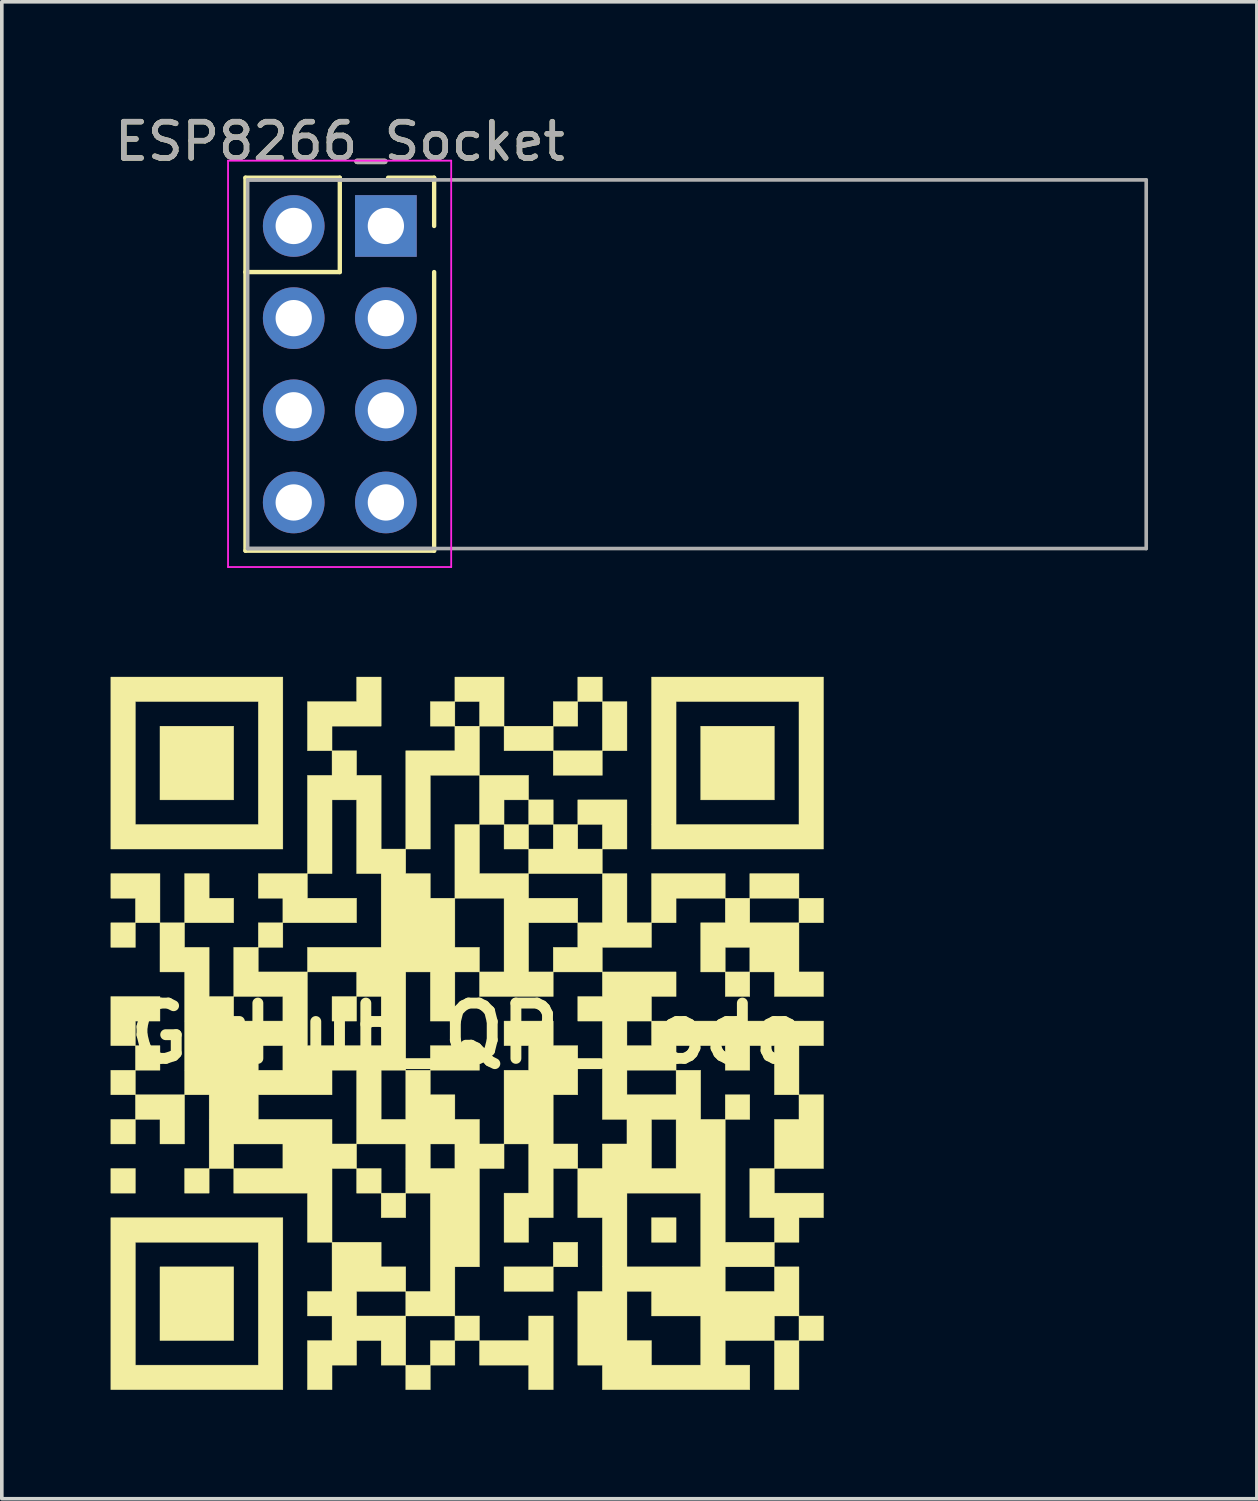
<source format=kicad_pcb>
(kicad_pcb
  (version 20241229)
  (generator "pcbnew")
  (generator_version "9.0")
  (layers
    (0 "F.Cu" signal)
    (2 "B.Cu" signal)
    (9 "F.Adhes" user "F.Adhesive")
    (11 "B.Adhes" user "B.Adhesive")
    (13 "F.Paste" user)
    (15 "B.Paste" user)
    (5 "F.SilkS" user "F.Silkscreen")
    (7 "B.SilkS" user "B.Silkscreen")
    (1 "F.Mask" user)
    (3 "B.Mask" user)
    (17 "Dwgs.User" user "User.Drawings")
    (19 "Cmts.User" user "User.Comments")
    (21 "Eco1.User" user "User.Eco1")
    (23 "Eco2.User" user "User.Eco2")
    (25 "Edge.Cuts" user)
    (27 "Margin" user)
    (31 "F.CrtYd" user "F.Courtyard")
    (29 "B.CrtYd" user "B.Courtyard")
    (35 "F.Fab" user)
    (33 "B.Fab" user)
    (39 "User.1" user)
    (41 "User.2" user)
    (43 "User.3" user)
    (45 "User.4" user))
  (footprint "ESP8266_Socket"
    (layer "F.Cu")
    (at 7.585 3.178)
    (property "Reference" "ESP8266_Socket" (at -1.27 -2.33 0) (layer "F.SilkS") (effects (font (size 1 1) (thickness 0.15))))
    (attr through_hole)
    (fp_line (start -3.873 1.27) (end -1.274 1.27) (stroke (width 0.12) (type solid)) (layer "F.SilkS"))
    (fp_line (start -3.87 -1.33) (end -1.27 -1.33) (stroke (width 0.12) (type solid)) (layer "F.SilkS"))
    (fp_line (start -3.87 8.95) (end -3.87 -1.33) (stroke (width 0.12) (type solid)) (layer "F.SilkS"))
    (fp_line (start -1.27 -1.33) (end -1.27 1.27) (stroke (width 0.12) (type solid)) (layer "F.SilkS"))
    (fp_line (start 1.33 -1.33) (end 0.06 -1.33) (stroke (width 0.12) (type solid)) (layer "F.SilkS"))
    (fp_line (start 1.33 0) (end 1.33 -1.33) (stroke (width 0.12) (type solid)) (layer "F.SilkS"))
    (fp_line (start 1.33 1.27) (end 1.33 8.95) (stroke (width 0.12) (type solid)) (layer "F.SilkS"))
    (fp_line (start 1.33 8.95) (end -3.87 8.95) (stroke (width 0.12) (type solid)) (layer "F.SilkS"))
    (fp_line (start -4.35 -1.8) (end -4.35 9.4) (stroke (width 0.05) (type solid)) (layer "F.CrtYd"))
    (fp_line (start -4.35 9.4) (end 1.8 9.4) (stroke (width 0.05) (type solid)) (layer "F.CrtYd"))
    (fp_line (start 1.8 -1.8) (end -4.35 -1.8) (stroke (width 0.05) (type solid)) (layer "F.CrtYd"))
    (fp_line (start 1.8 9.4) (end 1.8 -1.8) (stroke (width 0.05) (type solid)) (layer "F.CrtYd"))
    (fp_line (start -3.81 -1.27) (end -3.81 8.89) (stroke (width 0.1) (type solid)) (layer "F.Fab"))
    (fp_line (start -3.81 8.89) (end 1.27 8.89) (stroke (width 0.1) (type solid)) (layer "F.Fab"))
    (fp_line (start -3.81 8.89) (end 20.955 8.89) (stroke (width 0.1) (type solid)) (layer "F.Fab"))
    (fp_line (start 1.27 -1.27) (end -3.81 -1.27) (stroke (width 0.1) (type solid)) (layer "F.Fab"))
    (fp_line (start 20.955 -1.27) (end -3.81 -1.27) (stroke (width 0.1) (type solid)) (layer "F.Fab"))
    (fp_line (start 20.955 8.89) (end 20.955 -1.27) (stroke (width 0.1) (type solid)) (layer "F.Fab"))
    (fp_text user "${REFERENCE}" (at -1.27 -2.33 0) (layer "F.Fab") (effects (font (size 1 1) (thickness 0.15))))
    (pad "1" thru_hole rect (at 0 0) (size 1.7 1.7) (drill 1) (layers "*.Cu" "*.Mask"))
    (pad "2" thru_hole circle (at -2.54 0) (size 1.7 1.7) (drill 1) (layers "*.Cu" "*.Mask"))
    (pad "3" thru_hole oval (at 0 2.54) (size 1.7 1.7) (drill 1) (layers "*.Cu" "*.Mask"))
    (pad "4" thru_hole oval (at -2.54 2.54) (size 1.7 1.7) (drill 1) (layers "*.Cu" "*.Mask"))
    (pad "5" thru_hole oval (at 0 5.08) (size 1.7 1.7) (drill 1) (layers "*.Cu" "*.Mask"))
    (pad "6" thru_hole oval (at -2.54 5.08) (size 1.7 1.7) (drill 1) (layers "*.Cu" "*.Mask"))
    (pad "7" thru_hole oval (at 0 7.62) (size 1.7 1.7) (drill 1) (layers "*.Cu" "*.Mask"))
    (pad "8" thru_hole oval (at -2.54 7.62) (size 1.7 1.7) (drill 1) (layers "*.Cu" "*.Mask")))
  (footprint "GitHub_QR_Code"
    (layer "F.Cu")
    (at 9.826 25.43)
    (property "Reference" "GitHub_QR_Code" (at 0 0 0) (layer "F.SilkS") (effects (font (size 1.524 1.524) (thickness 0.3))))
    (attr through_hole)
    (fp_poly (pts (xy -9.144 -2.371) (xy -9.821 -2.371) (xy -9.821 -3.048) (xy -9.144 -3.048) (xy -9.144 -2.371)) (stroke (width 0.01) (type solid)) (fill yes) (layer "F.SilkS"))
    (fp_poly (pts (xy -9.144 1.693) (xy -9.821 1.693) (xy -9.821 1.016) (xy -9.144 1.016) (xy -9.144 1.693)) (stroke (width 0.01) (type solid)) (fill yes) (layer "F.SilkS"))
    (fp_poly (pts (xy -9.144 3.048) (xy -9.821 3.048) (xy -9.821 2.371) (xy -9.144 2.371) (xy -9.144 3.048)) (stroke (width 0.01) (type solid)) (fill yes) (layer "F.SilkS"))
    (fp_poly (pts (xy -9.144 4.403) (xy -9.821 4.403) (xy -9.821 3.725) (xy -9.144 3.725) (xy -9.144 4.403)) (stroke (width 0.01) (type solid)) (fill yes) (layer "F.SilkS"))
    (fp_poly (pts (xy -8.467 0.339) (xy -8.467 1.016) (xy -9.144 1.016) (xy -9.144 0.339) (xy -8.467 0.339)) (stroke (width 0.01) (type solid)) (fill yes) (layer "F.SilkS"))
    (fp_poly (pts (xy -7.112 4.403) (xy -7.789 4.403) (xy -7.789 3.725) (xy -7.112 3.725) (xy -7.112 4.403)) (stroke (width 0.01) (type solid)) (fill yes) (layer "F.SilkS"))
    (fp_poly (pts (xy -6.435 -6.435) (xy -8.467 -6.435) (xy -8.467 -8.467) (xy -6.435 -8.467) (xy -6.435 -6.435)) (stroke (width 0.01) (type solid)) (fill yes) (layer "F.SilkS"))
    (fp_poly (pts (xy -6.435 8.467) (xy -8.467 8.467) (xy -8.467 6.435) (xy -6.435 6.435) (xy -6.435 8.467)) (stroke (width 0.01) (type solid)) (fill yes) (layer "F.SilkS"))
    (fp_poly (pts (xy -3.048 -0.339) (xy -3.725 -0.339) (xy -3.725 -1.016) (xy -3.048 -1.016) (xy -3.048 -0.339)) (stroke (width 0.01) (type solid)) (fill yes) (layer "F.SilkS"))
    (fp_poly (pts (xy -3.048 4.403) (xy -3.048 3.725) (xy -2.371 3.725) (xy -2.371 4.403) (xy -3.048 4.403)) (stroke (width 0.01) (type solid)) (fill yes) (layer "F.SilkS"))
    (fp_poly (pts (xy -1.693 4.403) (xy -1.693 5.08) (xy -2.371 5.08) (xy -2.371 4.403) (xy -1.693 4.403)) (stroke (width 0.01) (type solid)) (fill yes) (layer "F.SilkS"))
    (fp_poly (pts (xy 0.339 1.016) (xy -1.016 1.016) (xy -1.016 0.339) (xy 0.339 0.339) (xy 0.339 1.016)) (stroke (width 0.01) (type solid)) (fill yes) (layer "F.SilkS"))
    (fp_poly (pts (xy 1.693 -5.757) (xy 1.693 -6.435) (xy 2.371 -6.435) (xy 2.371 -5.757) (xy 1.693 -5.757)) (stroke (width 0.01) (type solid)) (fill yes) (layer "F.SilkS"))
    (fp_poly (pts (xy 1.693 -5.08) (xy 1.016 -5.08) (xy 1.016 -5.757) (xy 1.693 -5.757) (xy 1.693 -5.08)) (stroke (width 0.01) (type solid)) (fill yes) (layer "F.SilkS"))
    (fp_poly (pts (xy 2.371 -7.789) (xy 1.016 -7.789) (xy 1.016 -8.467) (xy 2.371 -8.467) (xy 2.371 -7.789)) (stroke (width 0.01) (type solid)) (fill yes) (layer "F.SilkS"))
    (fp_poly (pts (xy 2.371 5.757) (xy 3.048 5.757) (xy 3.048 6.435) (xy 2.371 6.435) (xy 2.371 5.757)) (stroke (width 0.01) (type solid)) (fill yes) (layer "F.SilkS"))
    (fp_poly (pts (xy 2.371 7.112) (xy 1.016 7.112) (xy 1.016 6.435) (xy 2.371 6.435) (xy 2.371 7.112)) (stroke (width 0.01) (type solid)) (fill yes) (layer "F.SilkS"))
    (fp_poly (pts (xy 3.048 -9.821) (xy 3.725 -9.821) (xy 3.725 -9.144) (xy 3.048 -9.144) (xy 3.048 -9.821)) (stroke (width 0.01) (type solid)) (fill yes) (layer "F.SilkS"))
    (fp_poly (pts (xy 3.048 -8.467) (xy 2.371 -8.467) (xy 2.371 -9.144) (xy 3.048 -9.144) (xy 3.048 -8.467)) (stroke (width 0.01) (type solid)) (fill yes) (layer "F.SilkS"))
    (fp_poly (pts (xy 3.725 -9.144) (xy 4.403 -9.144) (xy 4.403 -7.789) (xy 3.725 -7.789) (xy 3.725 -9.144)) (stroke (width 0.01) (type solid)) (fill yes) (layer "F.SilkS"))
    (fp_poly (pts (xy 3.725 -7.112) (xy 2.371 -7.112) (xy 2.371 -7.789) (xy 3.725 -7.789) (xy 3.725 -7.112)) (stroke (width 0.01) (type solid)) (fill yes) (layer "F.SilkS"))
    (fp_poly (pts (xy 5.757 5.757) (xy 5.08 5.757) (xy 5.08 5.08) (xy 5.757 5.08) (xy 5.757 5.757)) (stroke (width 0.01) (type solid)) (fill yes) (layer "F.SilkS"))
    (fp_poly (pts (xy 7.789 -4.403) (xy 9.144 -4.403) (xy 9.144 -3.725) (xy 7.789 -3.725) (xy 7.789 -4.403)) (stroke (width 0.01) (type solid)) (fill yes) (layer "F.SilkS"))
    (fp_poly (pts (xy 7.789 2.371) (xy 7.112 2.371) (xy 7.112 1.693) (xy 7.789 1.693) (xy 7.789 2.371)) (stroke (width 0.01) (type solid)) (fill yes) (layer "F.SilkS"))
    (fp_poly (pts (xy 8.467 -6.435) (xy 6.435 -6.435) (xy 6.435 -8.467) (xy 8.467 -8.467) (xy 8.467 -6.435)) (stroke (width 0.01) (type solid)) (fill yes) (layer "F.SilkS"))
    (fp_poly (pts (xy 9.144 -3.725) (xy 9.821 -3.725) (xy 9.821 -3.048) (xy 9.144 -3.048) (xy 9.144 -3.725)) (stroke (width 0.01) (type solid)) (fill yes) (layer "F.SilkS"))
    (fp_poly (pts (xy 9.144 7.789) (xy 9.821 7.789) (xy 9.821 8.467) (xy 9.144 8.467) (xy 9.144 7.789)) (stroke (width 0.01) (type solid)) (fill yes) (layer "F.SilkS"))
    (fp_poly (pts (xy 9.144 9.821) (xy 8.467 9.821) (xy 8.467 8.467) (xy 9.144 8.467) (xy 9.144 9.821)) (stroke (width 0.01) (type solid)) (fill yes) (layer "F.SilkS"))
    (fp_poly (pts (xy -9.821 0.339) (xy -9.821 -1.016) (xy -8.467 -1.016) (xy -8.467 -0.339) (xy -9.144 -0.339) (xy -9.144 0.339) (xy -9.821 0.339)) (stroke (width 0.01) (type solid)) (fill yes) (layer "F.SilkS"))
    (fp_poly (pts (xy -9.144 -3.725) (xy -9.821 -3.725) (xy -9.821 -4.403) (xy -8.467 -4.403) (xy -8.467 -3.048) (xy -9.144 -3.048) (xy -9.144 -3.725)) (stroke (width 0.01) (type solid)) (fill yes) (layer "F.SilkS"))
    (fp_poly (pts (xy -9.144 1.693) (xy -7.789 1.693) (xy -7.789 3.048) (xy -8.467 3.048) (xy -8.467 2.371) (xy -9.144 2.371) (xy -9.144 1.693)) (stroke (width 0.01) (type solid)) (fill yes) (layer "F.SilkS"))
    (fp_poly (pts (xy -7.789 -4.403) (xy -7.112 -4.403) (xy -7.112 -3.725) (xy -6.435 -3.725) (xy -6.435 -3.048) (xy -7.789 -3.048) (xy -7.789 -4.403)) (stroke (width 0.01) (type solid)) (fill yes) (layer "F.SilkS"))
    (fp_poly (pts (xy 1.693 -6.435) (xy 1.016 -6.435) (xy 1.016 -5.757) (xy 0.339 -5.757) (xy 0.339 -7.112) (xy 1.693 -7.112) (xy 1.693 -6.435)) (stroke (width 0.01) (type solid)) (fill yes) (layer "F.SilkS"))
    (fp_poly (pts (xy 5.757 -3.725) (xy 5.757 -3.048) (xy 5.08 -3.048) (xy 5.08 -4.403) (xy 7.112 -4.403) (xy 7.112 -3.725) (xy 5.757 -3.725)) (stroke (width 0.01) (type solid)) (fill yes) (layer "F.SilkS"))
    (fp_poly (pts (xy -4.403 -7.789) (xy -4.403 -9.144) (xy -3.048 -9.144) (xy -3.048 -9.821) (xy -2.371 -9.821) (xy -2.371 -8.467) (xy -3.725 -8.467) (xy -3.725 -7.789) (xy -4.403 -7.789)) (stroke (width 0.01) (type solid)) (fill yes) (layer "F.SilkS"))
    (fp_poly (pts (xy 1.693 8.467) (xy 1.693 7.789) (xy 2.371 7.789) (xy 2.371 9.821) (xy 1.693 9.821) (xy 1.693 9.144) (xy 0.339 9.144) (xy 0.339 8.467) (xy 1.693 8.467)) (stroke (width 0.01) (type solid)) (fill yes) (layer "F.SilkS"))
    (fp_poly (pts (xy -5.08 -5.08) (xy -9.821 -5.08) (xy -9.821 -9.144) (xy -9.144 -9.144) (xy -9.144 -5.757) (xy -5.757 -5.757) (xy -5.757 -9.144) (xy -9.144 -9.144) (xy -9.821 -9.144) (xy -9.821 -9.821) (xy -5.08 -9.821) (xy -5.08 -5.08)) (stroke (width 0.01) (type solid)) (fill yes) (layer "F.SilkS"))
    (fp_poly (pts (xy -5.08 9.821) (xy -9.821 9.821) (xy -9.821 5.757) (xy -9.144 5.757) (xy -9.144 9.144) (xy -5.757 9.144) (xy -5.757 5.757) (xy -9.144 5.757) (xy -9.821 5.757) (xy -9.821 5.08) (xy -5.08 5.08) (xy -5.08 9.821)) (stroke (width 0.01) (type solid)) (fill yes) (layer "F.SilkS"))
    (fp_poly (pts (xy 9.821 -5.08) (xy 5.08 -5.08) (xy 5.08 -9.144) (xy 5.757 -9.144) (xy 5.757 -5.757) (xy 9.144 -5.757) (xy 9.144 -9.144) (xy 5.757 -9.144) (xy 5.08 -9.144) (xy 5.08 -9.821) (xy 9.821 -9.821) (xy 9.821 -5.08)) (stroke (width 0.01) (type solid)) (fill yes) (layer "F.SilkS"))
    (fp_poly (pts (xy 4.403 -4.403) (xy 4.403 -3.048) (xy 5.08 -3.048) (xy 5.08 -2.371) (xy 3.725 -2.371) (xy 3.725 -1.693) (xy 2.371 -1.693) (xy 2.371 -2.371) (xy 3.048 -2.371) (xy 3.048 -3.048) (xy 3.725 -3.048) (xy 3.725 -4.403) (xy 4.403 -4.403)) (stroke (width 0.01) (type solid)) (fill yes) (layer "F.SilkS"))
    (fp_poly (pts (xy 3.048 -5.757) (xy 3.048 -5.08) (xy 3.725 -5.08) (xy 3.725 -5.757) (xy 3.048 -5.757) (xy 3.048 -6.435) (xy 4.403 -6.435) (xy 4.403 -5.08) (xy 3.725 -5.08) (xy 3.725 -4.403) (xy 1.693 -4.403) (xy 1.693 -5.08) (xy 2.371 -5.08) (xy 2.371 -5.757) (xy 3.048 -5.757)) (stroke (width 0.01) (type solid)) (fill yes) (layer "F.SilkS"))
    (fp_poly (pts (xy 0.339 -4.403) (xy 1.693 -4.403) (xy 1.693 -3.725) (xy 3.048 -3.725) (xy 3.048 -3.048) (xy 1.693 -3.048) (xy 1.693 -1.693) (xy 2.371 -1.693) (xy 2.371 -1.016) (xy 0.339 -1.016) (xy 0.339 -1.693) (xy 1.016 -1.693) (xy 1.016 -3.725) (xy -0.339 -3.725) (xy -0.339 -5.757) (xy 0.339 -5.757) (xy 0.339 -4.403)) (stroke (width 0.01) (type solid)) (fill yes) (layer "F.SilkS"))
    (fp_poly (pts (xy 0.339 -8.467) (xy 0.339 -7.112) (xy -1.016 -7.112) (xy -1.016 -5.08) (xy -1.693 -5.08) (xy -1.693 -7.789) (xy -0.339 -7.789) (xy -0.339 -8.467) (xy -1.016 -8.467) (xy -1.016 -9.144) (xy -0.339 -9.144) (xy -0.339 -8.467) (xy 0.339 -8.467) (xy 0.339 -9.144) (xy -0.339 -9.144) (xy -0.339 -9.821) (xy 1.016 -9.821) (xy 1.016 -8.467) (xy 0.339 -8.467)) (stroke (width 0.01) (type solid)) (fill yes) (layer "F.SilkS"))
    (fp_poly (pts (xy 2.371 3.725) (xy 2.371 5.08) (xy 1.693 5.08) (xy 1.693 5.757) (xy 1.016 5.757) (xy 1.016 4.403) (xy 1.693 4.403) (xy 1.693 3.048) (xy 1.016 3.048) (xy 1.016 1.016) (xy 1.693 1.016) (xy 1.693 0.339) (xy 1.016 0.339) (xy 1.016 -0.339) (xy 2.371 -0.339) (xy 2.371 0.339) (xy 3.048 0.339) (xy 3.048 1.693) (xy 2.371 1.693) (xy 2.371 3.048) (xy 3.048 3.048) (xy 3.048 3.725) (xy 2.371 3.725)) (stroke (width 0.01) (type solid)) (fill yes) (layer "F.SilkS"))
    (fp_poly (pts (xy 7.789 -3.048) (xy 9.144 -3.048) (xy 9.144 -1.693) (xy 9.821 -1.693) (xy 9.821 -1.016) (xy 8.467 -1.016) (xy 8.467 -1.693) (xy 7.789 -1.693) (xy 7.789 -1.016) (xy 7.112 -1.016) (xy 7.112 -1.693) (xy 6.435 -1.693) (xy 6.435 -2.371) (xy 7.112 -2.371) (xy 7.112 -1.693) (xy 7.789 -1.693) (xy 7.789 -2.371) (xy 7.112 -2.371) (xy 6.435 -2.371) (xy 6.435 -3.048) (xy 7.112 -3.048) (xy 7.112 -3.725) (xy 7.789 -3.725) (xy 7.789 -3.048)) (stroke (width 0.01) (type solid)) (fill yes) (layer "F.SilkS"))
    (fp_poly (pts (xy 5.757 -1.693) (xy 5.757 -1.016) (xy 5.08 -1.016) (xy 5.08 -0.339) (xy 9.821 -0.339) (xy 9.821 0.339) (xy 9.144 0.339) (xy 9.144 1.693) (xy 9.821 1.693) (xy 9.821 3.725) (xy 8.467 3.725) (xy 8.467 4.403) (xy 9.821 4.403) (xy 9.821 5.08) (xy 9.144 5.08) (xy 9.144 5.757) (xy 8.467 5.757) (xy 8.467 6.435) (xy 9.144 6.435) (xy 9.144 7.789) (xy 8.467 7.789) (xy 8.467 8.467) (xy 7.112 8.467) (xy 7.112 9.144) (xy 7.789 9.144) (xy 7.789 9.821) (xy 3.725 9.821) (xy 3.725 9.144) (xy 3.048 9.144) (xy 3.048 7.112) (xy 3.725 7.112) (xy 4.403 7.112) (xy 4.403 8.467) (xy 5.08 8.467) (xy 5.08 9.144) (xy 6.435 9.144) (xy 6.435 7.789) (xy 5.08 7.789) (xy 5.08 7.112) (xy 4.403 7.112) (xy 3.725 7.112) (xy 3.725 5.08) (xy 3.048 5.08) (xy 3.048 4.403) (xy 4.403 4.403) (xy 4.403 6.435) (xy 6.435 6.435) (xy 7.112 6.435) (xy 7.112 7.112) (xy 8.467 7.112) (xy 8.467 6.435) (xy 7.112 6.435) (xy 6.435 6.435) (xy 6.435 4.403) (xy 4.403 4.403) (xy 3.048 4.403) (xy 3.048 3.725) (xy 3.725 3.725) (xy 3.725 3.048) (xy 4.403 3.048) (xy 4.403 2.371) (xy 5.08 2.371) (xy 5.08 3.725) (xy 5.757 3.725) (xy 5.757 2.371) (xy 5.08 2.371) (xy 4.403 2.371) (xy 3.725 2.371) (xy 3.725 1.016) (xy 4.403 1.016) (xy 4.403 1.693) (xy 5.757 1.693) (xy 5.757 1.016) (xy 4.403 1.016) (xy 3.725 1.016) (xy 3.725 -0.339) (xy 4.403 -0.339) (xy 4.403 0.339) (xy 5.08 0.339) (xy 5.757 0.339) (xy 5.757 1.016) (xy 6.435 1.016) (xy 6.435 2.371) (xy 7.112 2.371) (xy 7.112 5.757) (xy 8.467 5.757) (xy 8.467 5.08) (xy 7.789 5.08) (xy 7.789 3.725) (xy 8.467 3.725) (xy 8.467 2.371) (xy 9.144 2.371) (xy 9.144 1.693) (xy 8.467 1.693) (xy 8.467 0.339) (xy 7.789 0.339) (xy 7.789 1.016) (xy 7.112 1.016) (xy 7.112 0.339) (xy 5.757 0.339) (xy 5.08 0.339) (xy 5.08 -0.339) (xy 4.403 -0.339) (xy 3.725 -0.339) (xy 3.048 -0.339) (xy 3.048 -1.016) (xy 3.725 -1.016) (xy 3.725 -1.693) (xy 5.757 -1.693)) (stroke (width 0.01) (type solid)) (fill yes) (layer "F.SilkS"))
    (fp_poly (pts (xy -1.693 -4.403) (xy -1.016 -4.403) (xy -1.016 -3.725) (xy -0.339 -3.725) (xy -0.339 -2.371) (xy 0.339 -2.371) (xy 0.339 -1.693) (xy -0.339 -1.693) (xy -0.339 -0.339) (xy -1.016 -0.339) (xy -1.016 -1.693) (xy -1.693 -1.693) (xy -1.693 1.016) (xy -1.016 1.016) (xy -1.016 1.693) (xy -0.339 1.693) (xy -0.339 2.371) (xy 0.339 2.371) (xy 0.339 3.048) (xy 1.016 3.048) (xy 1.016 3.725) (xy 0.339 3.725) (xy 0.339 6.435) (xy -0.339 6.435) (xy -0.339 7.789) (xy 0.339 7.789) (xy 0.339 8.467) (xy -0.339 8.467) (xy -0.339 9.144) (xy -1.016 9.144) (xy -1.016 9.821) (xy -1.693 9.821) (xy -1.693 9.144) (xy -1.016 9.144) (xy -1.016 8.467) (xy -0.339 8.467) (xy -0.339 7.789) (xy -1.693 7.789) (xy -1.693 9.144) (xy -2.371 9.144) (xy -2.371 8.467) (xy -3.048 8.467) (xy -3.048 9.144) (xy -3.725 9.144) (xy -3.725 9.821) (xy -4.403 9.821) (xy -4.403 8.467) (xy -3.725 8.467) (xy -3.725 7.789) (xy -4.403 7.789) (xy -4.403 7.112) (xy -3.725 7.112) (xy -3.048 7.112) (xy -3.048 7.789) (xy -1.693 7.789) (xy -1.693 7.112) (xy -3.048 7.112) (xy -3.725 7.112) (xy -3.725 5.757) (xy -4.403 5.757) (xy -4.403 4.403) (xy -6.435 4.403) (xy -6.435 3.725) (xy -7.112 3.725) (xy -7.112 3.048) (xy -6.435 3.048) (xy -6.435 3.725) (xy -5.08 3.725) (xy -3.725 3.725) (xy -3.725 5.757) (xy -2.371 5.757) (xy -2.371 6.435) (xy -1.693 6.435) (xy -1.693 7.112) (xy -1.016 7.112) (xy -1.016 4.403) (xy -1.693 4.403) (xy -1.693 3.048) (xy -1.016 3.048) (xy -1.016 3.725) (xy -0.339 3.725) (xy -0.339 3.048) (xy -1.016 3.048) (xy -1.693 3.048) (xy -3.048 3.048) (xy -3.048 3.725) (xy -3.725 3.725) (xy -5.08 3.725) (xy -5.08 3.048) (xy -6.435 3.048) (xy -7.112 3.048) (xy -7.112 1.693) (xy -5.757 1.693) (xy -5.757 2.371) (xy -3.725 2.371) (xy -3.725 3.048) (xy -3.048 3.048) (xy -3.048 1.016) (xy -2.371 1.016) (xy -2.371 2.371) (xy -1.693 2.371) (xy -1.693 1.016) (xy -2.371 1.016) (xy -3.048 1.016) (xy -3.725 1.016) (xy -3.725 1.693) (xy -5.757 1.693) (xy -7.112 1.693) (xy -7.789 1.693) (xy -7.789 0.339) (xy -5.757 0.339) (xy -5.757 1.016) (xy -5.08 1.016) (xy -5.08 0.339) (xy -4.403 0.339) (xy -2.371 0.339) (xy -2.371 -1.016) (xy -3.048 -1.016) (xy -3.048 -1.693) (xy -4.403 -1.693) (xy -4.403 0.339) (xy -5.08 0.339) (xy -5.757 0.339) (xy -7.789 0.339) (xy -7.789 -1.693) (xy -8.467 -1.693) (xy -8.467 -3.048) (xy -7.789 -3.048) (xy -7.789 -2.371) (xy -7.112 -2.371) (xy -7.112 -1.016) (xy -6.435 -1.016) (xy -6.435 -0.339) (xy -5.08 -0.339) (xy -5.08 -1.016) (xy -6.435 -1.016) (xy -6.435 -2.371) (xy -5.757 -2.371) (xy -5.757 -1.693) (xy -4.403 -1.693) (xy -4.403 -2.371) (xy -2.371 -2.371) (xy -2.371 -4.403) (xy -3.048 -4.403) (xy -3.048 -6.435) (xy -3.725 -6.435) (xy -3.725 -4.403) (xy -4.403 -4.403) (xy -4.403 -3.725) (xy -3.048 -3.725) (xy -3.048 -3.048) (xy -5.08 -3.048) (xy -5.08 -2.371) (xy -5.757 -2.371) (xy -5.757 -3.048) (xy -5.08 -3.048) (xy -5.08 -3.725) (xy -5.757 -3.725) (xy -5.757 -4.403) (xy -4.403 -4.403) (xy -4.403 -7.112) (xy -3.725 -7.112) (xy -3.725 -7.789) (xy -3.048 -7.789) (xy -3.048 -7.112) (xy -2.371 -7.112) (xy -2.371 -5.08) (xy -1.693 -5.08) (xy -1.693 -4.403)) (stroke (width 0.01) (type solid)) (fill yes) (layer "F.SilkS")))
  (gr_rect
    (start -3 -3)
    (end 31.59 38.256)
    (stroke (width 0.1) (type default))
    (fill no)
    (layer "Edge.Cuts")))
</source>
